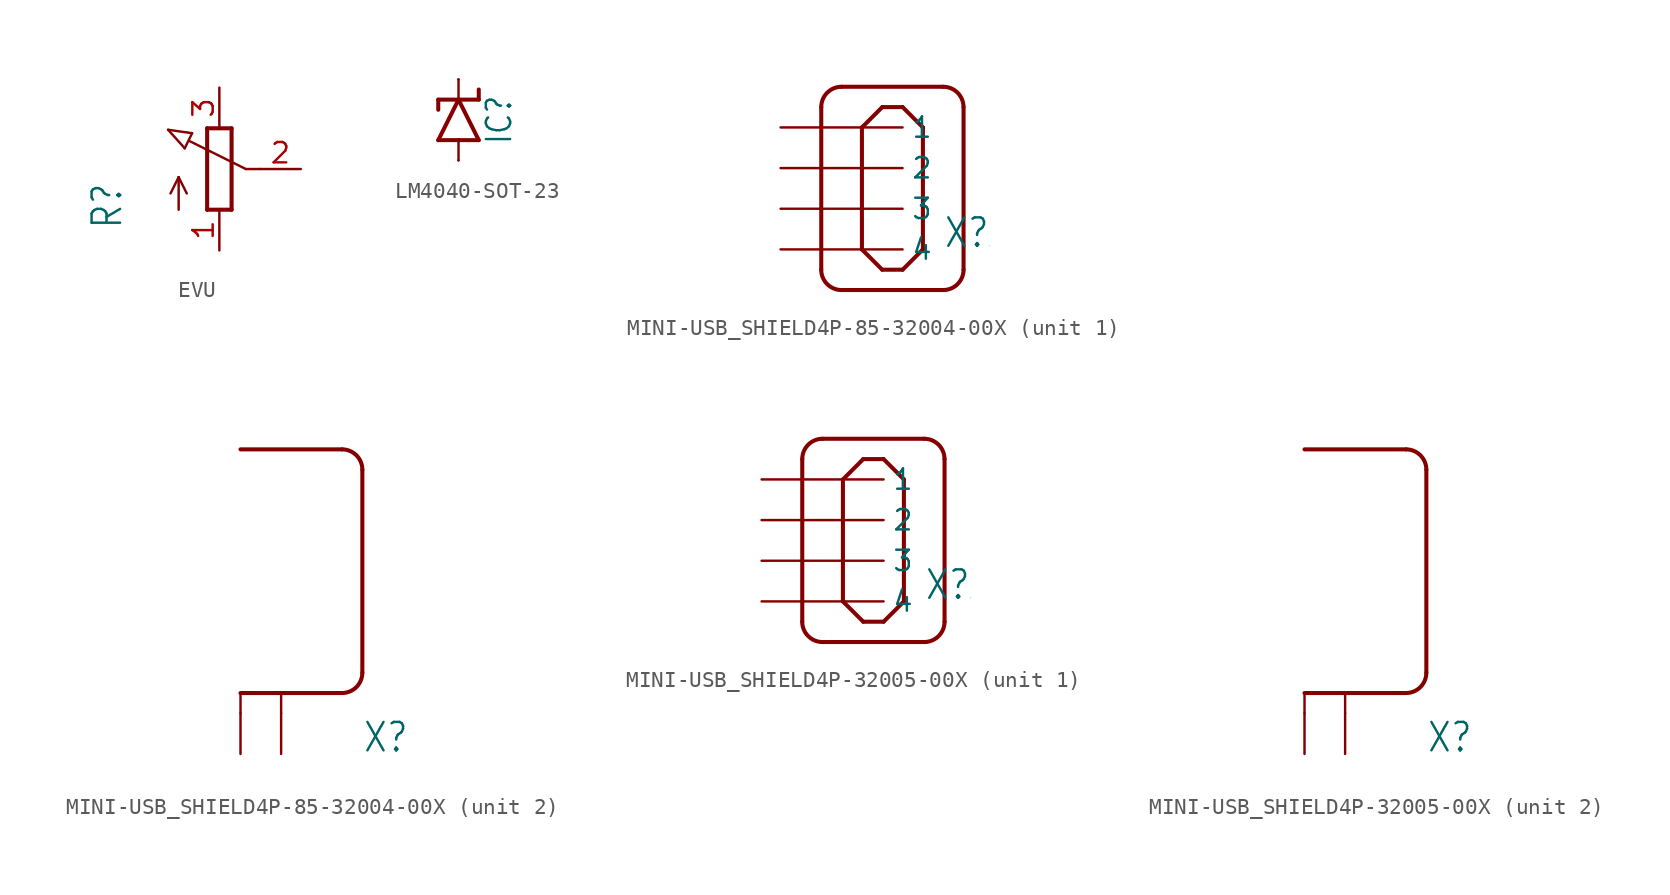
<source format=kicad_sym>
(kicad_symbol_lib
  (version 20231120)
  (generator "kicad_symbol_editor")
  (generator_version "8.0")
  (symbol "EVU"
    (property "Reference" "R"
      (at -5.969 -3.81 90)
      (effects (font (size 1.778 1.511)) (justify left bottom)))
    (property "Value" ""
      (at -3.81 -3.81 90)
      (effects (font (size 1.778 1.511)) (justify left bottom)))
    (property "ki_locked" ""
      (at 0 0 0)
      (effects (font (size 1.27 1.27))))
    (symbol "EVU_1_0"
      (polyline (pts (xy -3.199 2.45) (xy -1.702 2.235)) (stroke (width 0.152) (type solid)) (fill (type none)))
      (polyline (pts (xy -2.54 -2.54) (xy -2.54 -0.508)) (stroke (width 0.152) (type solid)) (fill (type none)))
      (polyline (pts (xy -2.54 -0.508) (xy -3.048 -1.524)) (stroke (width 0.152) (type solid)) (fill (type none)))
      (polyline (pts (xy -2.54 -0.508) (xy -2.032 -1.524)) (stroke (width 0.152) (type solid)) (fill (type none)))
      (polyline (pts (xy -2.16 1.294) (xy -3.199 2.45)) (stroke (width 0.152) (type solid)) (fill (type none)))
      (polyline (pts (xy -2.16 1.294) (xy -1.702 2.235)) (stroke (width 0.152) (type solid)) (fill (type none)))
      (polyline (pts (xy -0.762 -2.54) (xy 0.762 -2.54)) (stroke (width 0.254) (type solid)) (fill (type none)))
      (polyline (pts (xy -0.762 2.54) (xy -0.762 -2.54)) (stroke (width 0.254) (type solid)) (fill (type none)))
      (polyline (pts (xy 0.762 -2.54) (xy 0.762 2.54)) (stroke (width 0.254) (type solid)) (fill (type none)))
      (polyline (pts (xy 0.762 2.54) (xy -0.762 2.54)) (stroke (width 0.254) (type solid)) (fill (type none)))
      (polyline (pts (xy 1.651 0) (xy -1.88 1.753)) (stroke (width 0.152) (type solid)) (fill (type none)))
      (polyline (pts (xy 2.54 0) (xy 1.651 0)) (stroke (width 0.152) (type solid)) (fill (type none)))
      (pin passive line (at 0 -5.08 90) (length 2.54) (name "A" (effects (font (size 0 0)))) (number "1" (effects (font (size 1.27 1.27)))))
      (pin passive line (at 5.08 0 180) (length 2.54) (name "S" (effects (font (size 0 0)))) (number "2" (effects (font (size 1.27 1.27)))))
      (pin passive line (at 0 5.08 270) (length 2.54) (name "E" (effects (font (size 0 0)))) (number "3" (effects (font (size 1.27 1.27)))))))
  (symbol "LM4040-SOT-23"
    (property "Reference" "IC"
      (at 2.54 0 90)
      (effects (font (size 1.524 1.295))))
    (property "ki_locked" ""
      (at 0 0 0)
      (effects (font (size 1.27 1.27))))
    (symbol "LM4040-SOT-23_1_0"
      (polyline (pts (xy -1.27 -1.27) (xy 0 -1.27)) (stroke (width 0.254) (type solid)) (fill (type none)))
      (polyline (pts (xy -1.27 -1.27) (xy 0 1.27)) (stroke (width 0.254) (type solid)) (fill (type none)))
      (polyline (pts (xy -1.27 1.27) (xy -1.27 0.635)) (stroke (width 0.254) (type solid)) (fill (type none)))
      (polyline (pts (xy -1.27 1.27) (xy 0 1.27)) (stroke (width 0.254) (type solid)) (fill (type none)))
      (polyline (pts (xy 0 -2.54) (xy 0 -1.27)) (stroke (width 0.152) (type solid)) (fill (type none)))
      (polyline (pts (xy 0 -1.27) (xy 1.27 -1.27)) (stroke (width 0.254) (type solid)) (fill (type none)))
      (polyline (pts (xy 0 1.27) (xy 0 2.54)) (stroke (width 0.152) (type solid)) (fill (type none)))
      (polyline (pts (xy 0 1.27) (xy 1.27 -1.27)) (stroke (width 0.254) (type solid)) (fill (type none)))
      (polyline (pts (xy 0 1.27) (xy 1.27 1.27)) (stroke (width 0.254) (type solid)) (fill (type none)))
      (polyline (pts (xy 1.27 1.27) (xy 1.27 1.905)) (stroke (width 0.254) (type solid)) (fill (type none)))
      (pin passive line (at 0 2.54 270) (length 0) (name "C" (effects (font (size 0 0)))) (number "1" (effects (font (size 0 0)))))
      (pin passive line (at 0 -2.54 90) (length 0) (name "A" (effects (font (size 0 0)))) (number "2" (effects (font (size 0 0)))))))
  (symbol "MINI-USB_SHIELD4P-85-32004-00X"
    (property "Reference" "X"
      (at 5.08 -2.54 0)
      (effects (font (size 1.778 1.511)) (justify left bottom)))
    (property "ki_locked" ""
      (at 0 0 0)
      (effects (font (size 1.27 1.27))))
    (symbol "MINI-USB_SHIELD4P-85-32004-00X_1_0"
      (arc (start -2.54 -3.81) (mid -2.168 -4.708) (end -1.27 -5.08) (stroke (width 0.254) (type solid)) (fill (type none)))
      (arc (start -1.27 7.62) (mid -2.168 7.248) (end -2.54 6.35) (stroke (width 0.254) (type solid)) (fill (type none)))
      (polyline (pts (xy -2.54 6.35) (xy -2.54 -3.81)) (stroke (width 0.254) (type solid)) (fill (type none)))
      (polyline (pts (xy -1.27 -5.08) (xy 5.08 -5.08)) (stroke (width 0.254) (type solid)) (fill (type none)))
      (polyline (pts (xy -1.27 7.62) (xy 5.08 7.62)) (stroke (width 0.254) (type solid)) (fill (type none)))
      (polyline (pts (xy 0 -2.54) (xy 1.27 -3.81)) (stroke (width 0.254) (type solid)) (fill (type none)))
      (polyline (pts (xy 0 5.08) (xy 0 -2.54)) (stroke (width 0.254) (type solid)) (fill (type none)))
      (polyline (pts (xy 1.27 -3.81) (xy 2.54 -3.81)) (stroke (width 0.254) (type solid)) (fill (type none)))
      (polyline (pts (xy 1.27 6.35) (xy 0 5.08)) (stroke (width 0.254) (type solid)) (fill (type none)))
      (polyline (pts (xy 2.54 -3.81) (xy 3.81 -2.54)) (stroke (width 0.254) (type solid)) (fill (type none)))
      (polyline (pts (xy 2.54 6.35) (xy 1.27 6.35)) (stroke (width 0.254) (type solid)) (fill (type none)))
      (polyline (pts (xy 2.54 6.35) (xy 3.81 5.08)) (stroke (width 0.254) (type solid)) (fill (type none)))
      (polyline (pts (xy 3.81 -2.54) (xy 3.81 5.08)) (stroke (width 0.254) (type solid)) (fill (type none)))
      (polyline (pts (xy 6.35 -3.81) (xy 6.35 6.35)) (stroke (width 0.254) (type solid)) (fill (type none)))
      (arc (start 5.08 -5.08) (mid 5.978 -4.708) (end 6.35 -3.81) (stroke (width 0.254) (type solid)) (fill (type none)))
      (arc (start 6.35 6.35) (mid 5.978 7.248) (end 5.08 7.62) (stroke (width 0.254) (type solid)) (fill (type none)))
      (pin passive line (at -5.08 5.08 0) (length 7.62) (name "1" (effects (font (size 1.27 1.27)))) (number "1" (effects (font (size 0 0)))))
      (pin passive line (at -5.08 2.54 0) (length 7.62) (name "2" (effects (font (size 1.27 1.27)))) (number "2" (effects (font (size 0 0)))))
      (pin passive line (at -5.08 0 0) (length 7.62) (name "3" (effects (font (size 1.27 1.27)))) (number "3" (effects (font (size 0 0)))))
      (pin passive line (at -5.08 -2.54 0) (length 7.62) (name "4" (effects (font (size 1.27 1.27)))) (number "4" (effects (font (size 0 0))))))
    (symbol "MINI-USB_SHIELD4P-85-32004-00X_2_0"
      (polyline (pts (xy -2.54 0) (xy -2.54 1.27)) (stroke (width 0.152) (type solid)) (fill (type none)))
      (polyline (pts (xy -2.54 1.27) (xy 0 1.27)) (stroke (width 0.254) (type solid)) (fill (type none)))
      (polyline (pts (xy -2.54 16.51) (xy 3.81 16.51)) (stroke (width 0.254) (type solid)) (fill (type none)))
      (polyline (pts (xy 0 0) (xy 0 1.27)) (stroke (width 0.152) (type solid)) (fill (type none)))
      (polyline (pts (xy 0 1.27) (xy 3.81 1.27)) (stroke (width 0.254) (type solid)) (fill (type none)))
      (polyline (pts (xy 5.08 2.54) (xy 5.08 15.24)) (stroke (width 0.254) (type solid)) (fill (type none)))
      (arc (start 3.81 1.27) (mid 4.708 1.642) (end 5.08 2.54) (stroke (width 0.254) (type solid)) (fill (type none)))
      (arc (start 5.08 15.24) (mid 4.708 16.138) (end 3.81 16.51) (stroke (width 0.254) (type solid)) (fill (type none)))
      (pin passive line (at -2.54 -2.54 90) (length 2.54) (name "S1" (effects (font (size 0 0)))) (number "M1" (effects (font (size 0 0)))))
      (pin passive line (at 0 -2.54 90) (length 2.54) (name "S2" (effects (font (size 0 0)))) (number "M2" (effects (font (size 0 0)))))))
  (symbol "MINI-USB_SHIELD4P-32005-00X"
    (property "Reference" "X"
      (at 5.08 -2.54 0)
      (effects (font (size 1.778 1.511)) (justify left bottom)))
    (property "ki_locked" ""
      (at 0 0 0)
      (effects (font (size 1.27 1.27))))
    (symbol "MINI-USB_SHIELD4P-32005-00X_1_0"
      (arc (start -2.54 -3.81) (mid -2.168 -4.708) (end -1.27 -5.08) (stroke (width 0.254) (type solid)) (fill (type none)))
      (arc (start -1.27 7.62) (mid -2.168 7.248) (end -2.54 6.35) (stroke (width 0.254) (type solid)) (fill (type none)))
      (polyline (pts (xy -2.54 6.35) (xy -2.54 -3.81)) (stroke (width 0.254) (type solid)) (fill (type none)))
      (polyline (pts (xy -1.27 -5.08) (xy 5.08 -5.08)) (stroke (width 0.254) (type solid)) (fill (type none)))
      (polyline (pts (xy -1.27 7.62) (xy 5.08 7.62)) (stroke (width 0.254) (type solid)) (fill (type none)))
      (polyline (pts (xy 0 -2.54) (xy 1.27 -3.81)) (stroke (width 0.254) (type solid)) (fill (type none)))
      (polyline (pts (xy 0 5.08) (xy 0 -2.54)) (stroke (width 0.254) (type solid)) (fill (type none)))
      (polyline (pts (xy 1.27 -3.81) (xy 2.54 -3.81)) (stroke (width 0.254) (type solid)) (fill (type none)))
      (polyline (pts (xy 1.27 6.35) (xy 0 5.08)) (stroke (width 0.254) (type solid)) (fill (type none)))
      (polyline (pts (xy 2.54 -3.81) (xy 3.81 -2.54)) (stroke (width 0.254) (type solid)) (fill (type none)))
      (polyline (pts (xy 2.54 6.35) (xy 1.27 6.35)) (stroke (width 0.254) (type solid)) (fill (type none)))
      (polyline (pts (xy 2.54 6.35) (xy 3.81 5.08)) (stroke (width 0.254) (type solid)) (fill (type none)))
      (polyline (pts (xy 3.81 -2.54) (xy 3.81 5.08)) (stroke (width 0.254) (type solid)) (fill (type none)))
      (polyline (pts (xy 6.35 -3.81) (xy 6.35 6.35)) (stroke (width 0.254) (type solid)) (fill (type none)))
      (arc (start 5.08 -5.08) (mid 5.978 -4.708) (end 6.35 -3.81) (stroke (width 0.254) (type solid)) (fill (type none)))
      (arc (start 6.35 6.35) (mid 5.978 7.248) (end 5.08 7.62) (stroke (width 0.254) (type solid)) (fill (type none)))
      (pin passive line (at -5.08 5.08 0) (length 7.62) (name "1" (effects (font (size 1.27 1.27)))) (number "1" (effects (font (size 0 0)))))
      (pin passive line (at -5.08 2.54 0) (length 7.62) (name "2" (effects (font (size 1.27 1.27)))) (number "2" (effects (font (size 0 0)))))
      (pin passive line (at -5.08 0 0) (length 7.62) (name "3" (effects (font (size 1.27 1.27)))) (number "3" (effects (font (size 0 0)))))
      (pin passive line (at -5.08 -2.54 0) (length 7.62) (name "4" (effects (font (size 1.27 1.27)))) (number "4" (effects (font (size 0 0))))))
    (symbol "MINI-USB_SHIELD4P-32005-00X_2_0"
      (polyline (pts (xy -2.54 0) (xy -2.54 1.27)) (stroke (width 0.152) (type solid)) (fill (type none)))
      (polyline (pts (xy -2.54 1.27) (xy 0 1.27)) (stroke (width 0.254) (type solid)) (fill (type none)))
      (polyline (pts (xy -2.54 16.51) (xy 3.81 16.51)) (stroke (width 0.254) (type solid)) (fill (type none)))
      (polyline (pts (xy 0 0) (xy 0 1.27)) (stroke (width 0.152) (type solid)) (fill (type none)))
      (polyline (pts (xy 0 1.27) (xy 3.81 1.27)) (stroke (width 0.254) (type solid)) (fill (type none)))
      (polyline (pts (xy 5.08 2.54) (xy 5.08 15.24)) (stroke (width 0.254) (type solid)) (fill (type none)))
      (arc (start 3.81 1.27) (mid 4.708 1.642) (end 5.08 2.54) (stroke (width 0.254) (type solid)) (fill (type none)))
      (arc (start 5.08 15.24) (mid 4.708 16.138) (end 3.81 16.51) (stroke (width 0.254) (type solid)) (fill (type none)))
      (pin passive line (at -2.54 -2.54 90) (length 2.54) (name "S1" (effects (font (size 0 0)))) (number "M1" (effects (font (size 0 0)))))
      (pin passive line (at 0 -2.54 90) (length 2.54) (name "S2" (effects (font (size 0 0)))) (number "M2" (effects (font (size 0 0))))))))
</source>
